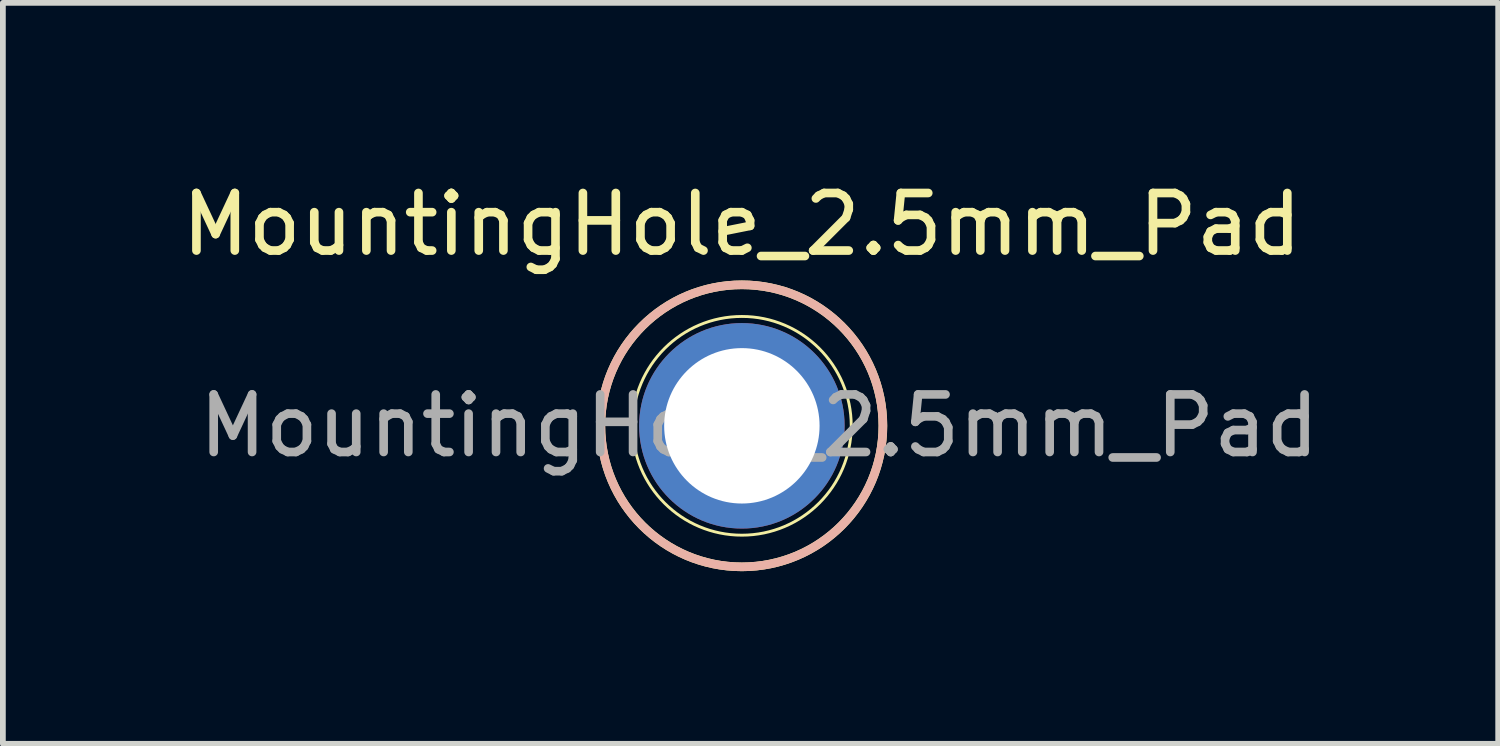
<source format=kicad_pcb>
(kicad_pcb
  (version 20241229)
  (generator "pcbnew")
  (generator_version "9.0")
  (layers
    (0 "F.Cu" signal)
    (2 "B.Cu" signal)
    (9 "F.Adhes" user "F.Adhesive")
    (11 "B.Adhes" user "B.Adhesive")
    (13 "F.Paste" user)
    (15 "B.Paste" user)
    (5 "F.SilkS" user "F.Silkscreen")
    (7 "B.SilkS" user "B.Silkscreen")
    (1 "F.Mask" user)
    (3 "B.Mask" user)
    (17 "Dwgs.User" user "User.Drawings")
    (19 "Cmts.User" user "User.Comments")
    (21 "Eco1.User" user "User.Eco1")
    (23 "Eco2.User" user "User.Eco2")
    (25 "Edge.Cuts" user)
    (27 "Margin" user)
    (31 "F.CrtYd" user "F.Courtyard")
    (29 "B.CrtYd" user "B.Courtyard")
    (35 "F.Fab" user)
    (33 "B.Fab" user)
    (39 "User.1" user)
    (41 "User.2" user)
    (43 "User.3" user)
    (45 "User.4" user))
  (footprint "MountingHole_2.5mm_Pad"
    (layer "F.Cu")
    (at 9.839 4.348)
    (property "Reference" "MountingHole_2.5mm_Pad" (at 0 -3.5 0) (layer "F.SilkS") (effects (font (size 1 1) (thickness 0.15))))
    (attr exclude_from_pos_files exclude_from_bom)
    (fp_circle (center 0 0) (end 1.9 0) (stroke (width 0.05) (type solid)) (fill no) (layer "F.SilkS"))
    (fp_circle (center 0 0) (end 2.45 0) (stroke (width 0.15) (type solid)) (fill no) (layer "F.SilkS"))
    (fp_circle (center 0 0) (end 2.45 0) (stroke (width 0.15) (type solid)) (fill no) (layer "B.SilkS"))
    (fp_text user "${REFERENCE}" (at 0.3 0 0) (layer "F.Fab") (effects (font (size 1 1) (thickness 0.15))))
    (pad "~" thru_hole circle (at 0 0) (size 3.57 3.57) (drill 2.7) (layers "*.Cu" "*.Mask")))
  (gr_rect
    (start -3 -3)
    (end 22.979 9.873)
    (stroke (width 0.1) (type default))
    (fill no)
    (layer "Edge.Cuts")))
</source>
